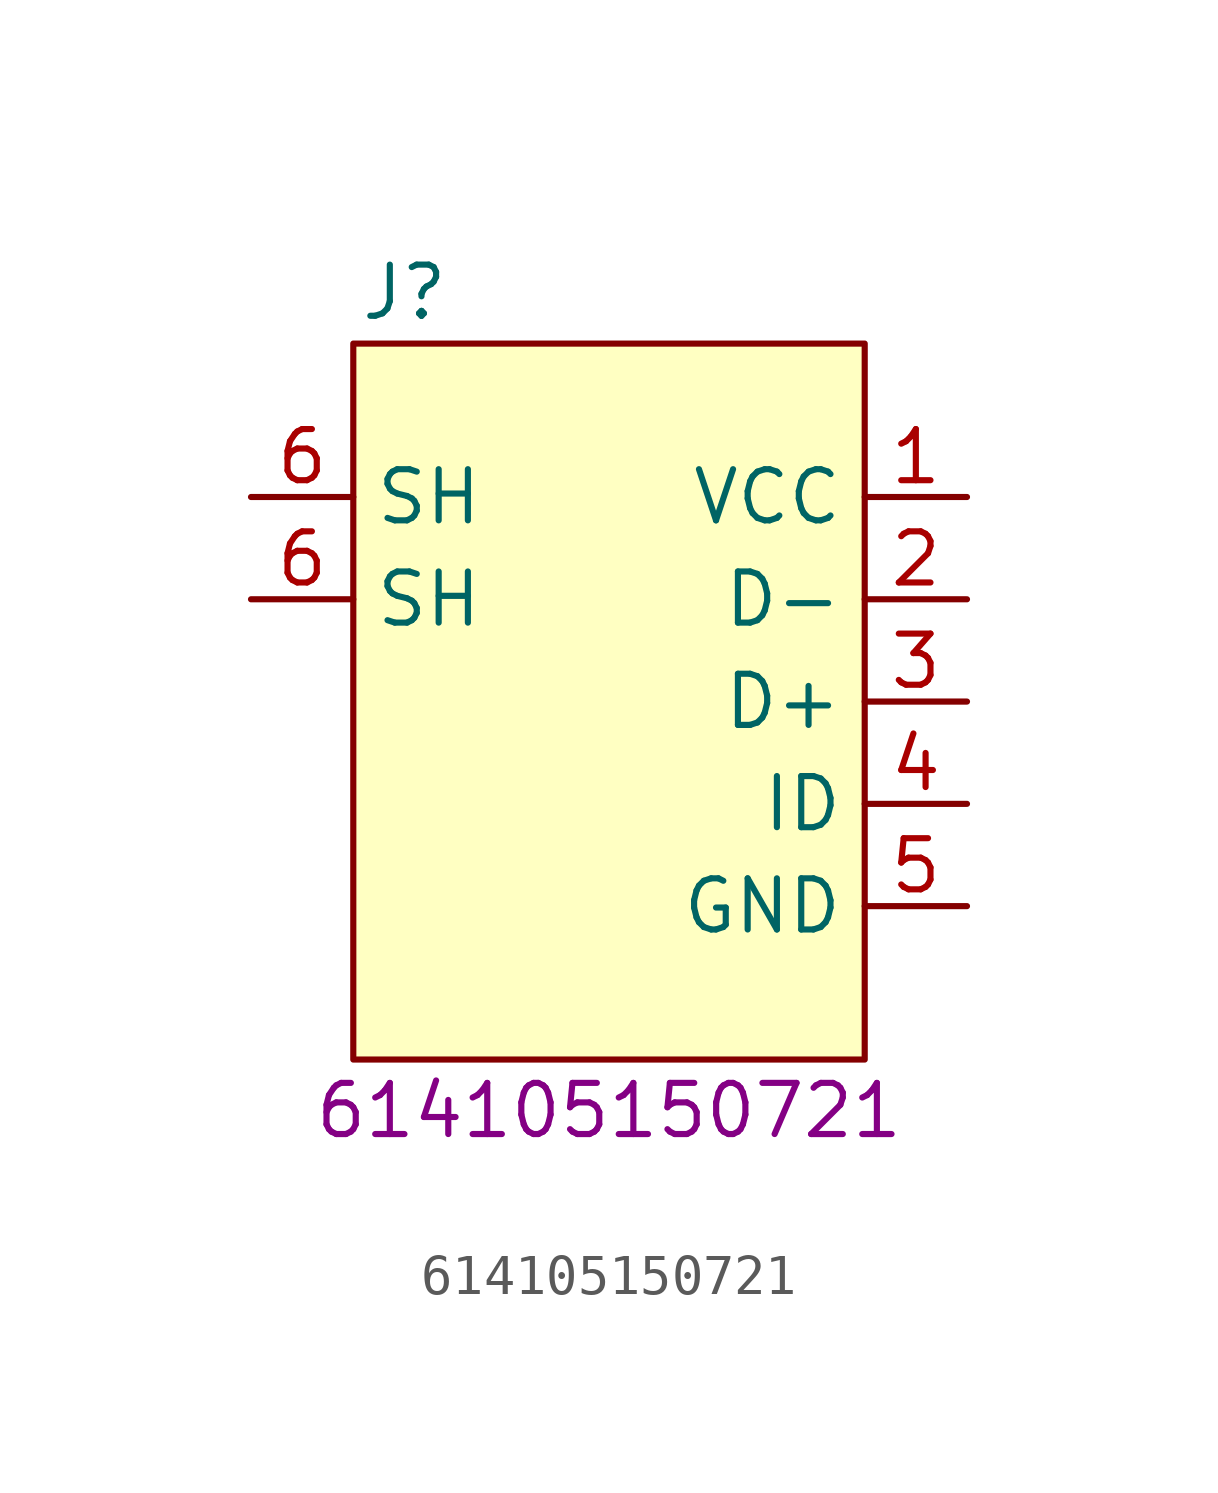
<source format=kicad_sym>
(kicad_symbol_lib
  (version 20231120)
  (generator "kicad_symbol_editor")
  (generator_version "8.0")
  (symbol "614105150721"
    (property "Reference" "J"
      (at -5.08 5.08 0)
      (effects (font (size 1.27 1.27))))
    (property "Display Value" "614105150721"
      (at 0 -15.24 0)
      (effects (font (size 1.27 1.27))))
    (symbol "614105150721_1_1"
      (rectangle (start -6.35 3.81) (end 6.35 -13.97) (stroke (width 0) (type default)) (fill (type background)))
      (pin unspecified line (at 8.89 0 180) (length 2.54) (name "VCC" (effects (font (size 1.27 1.27)))) (number "1" (effects (font (size 1.27 1.27)))))
      (pin unspecified line (at 8.89 -2.54 180) (length 2.54) (name "D-" (effects (font (size 1.27 1.27)))) (number "2" (effects (font (size 1.27 1.27)))))
      (pin unspecified line (at 8.89 -5.08 180) (length 2.54) (name "D+" (effects (font (size 1.27 1.27)))) (number "3" (effects (font (size 1.27 1.27)))))
      (pin unspecified line (at 8.89 -7.62 180) (length 2.54) (name "ID" (effects (font (size 1.27 1.27)))) (number "4" (effects (font (size 1.27 1.27)))))
      (pin unspecified line (at 8.89 -10.16 180) (length 2.54) (name "GND" (effects (font (size 1.27 1.27)))) (number "5" (effects (font (size 1.27 1.27)))))
      (pin unspecified line (at -8.89 -2.54 0) (length 2.54) (name "SH" (effects (font (size 1.27 1.27)))) (number "6" (effects (font (size 1.27 1.27)))))
      (pin unspecified line (at -8.89 0 0) (length 2.54) (name "SH" (effects (font (size 1.27 1.27)))) (number "6" (effects (font (size 1.27 1.27))))))))
</source>
